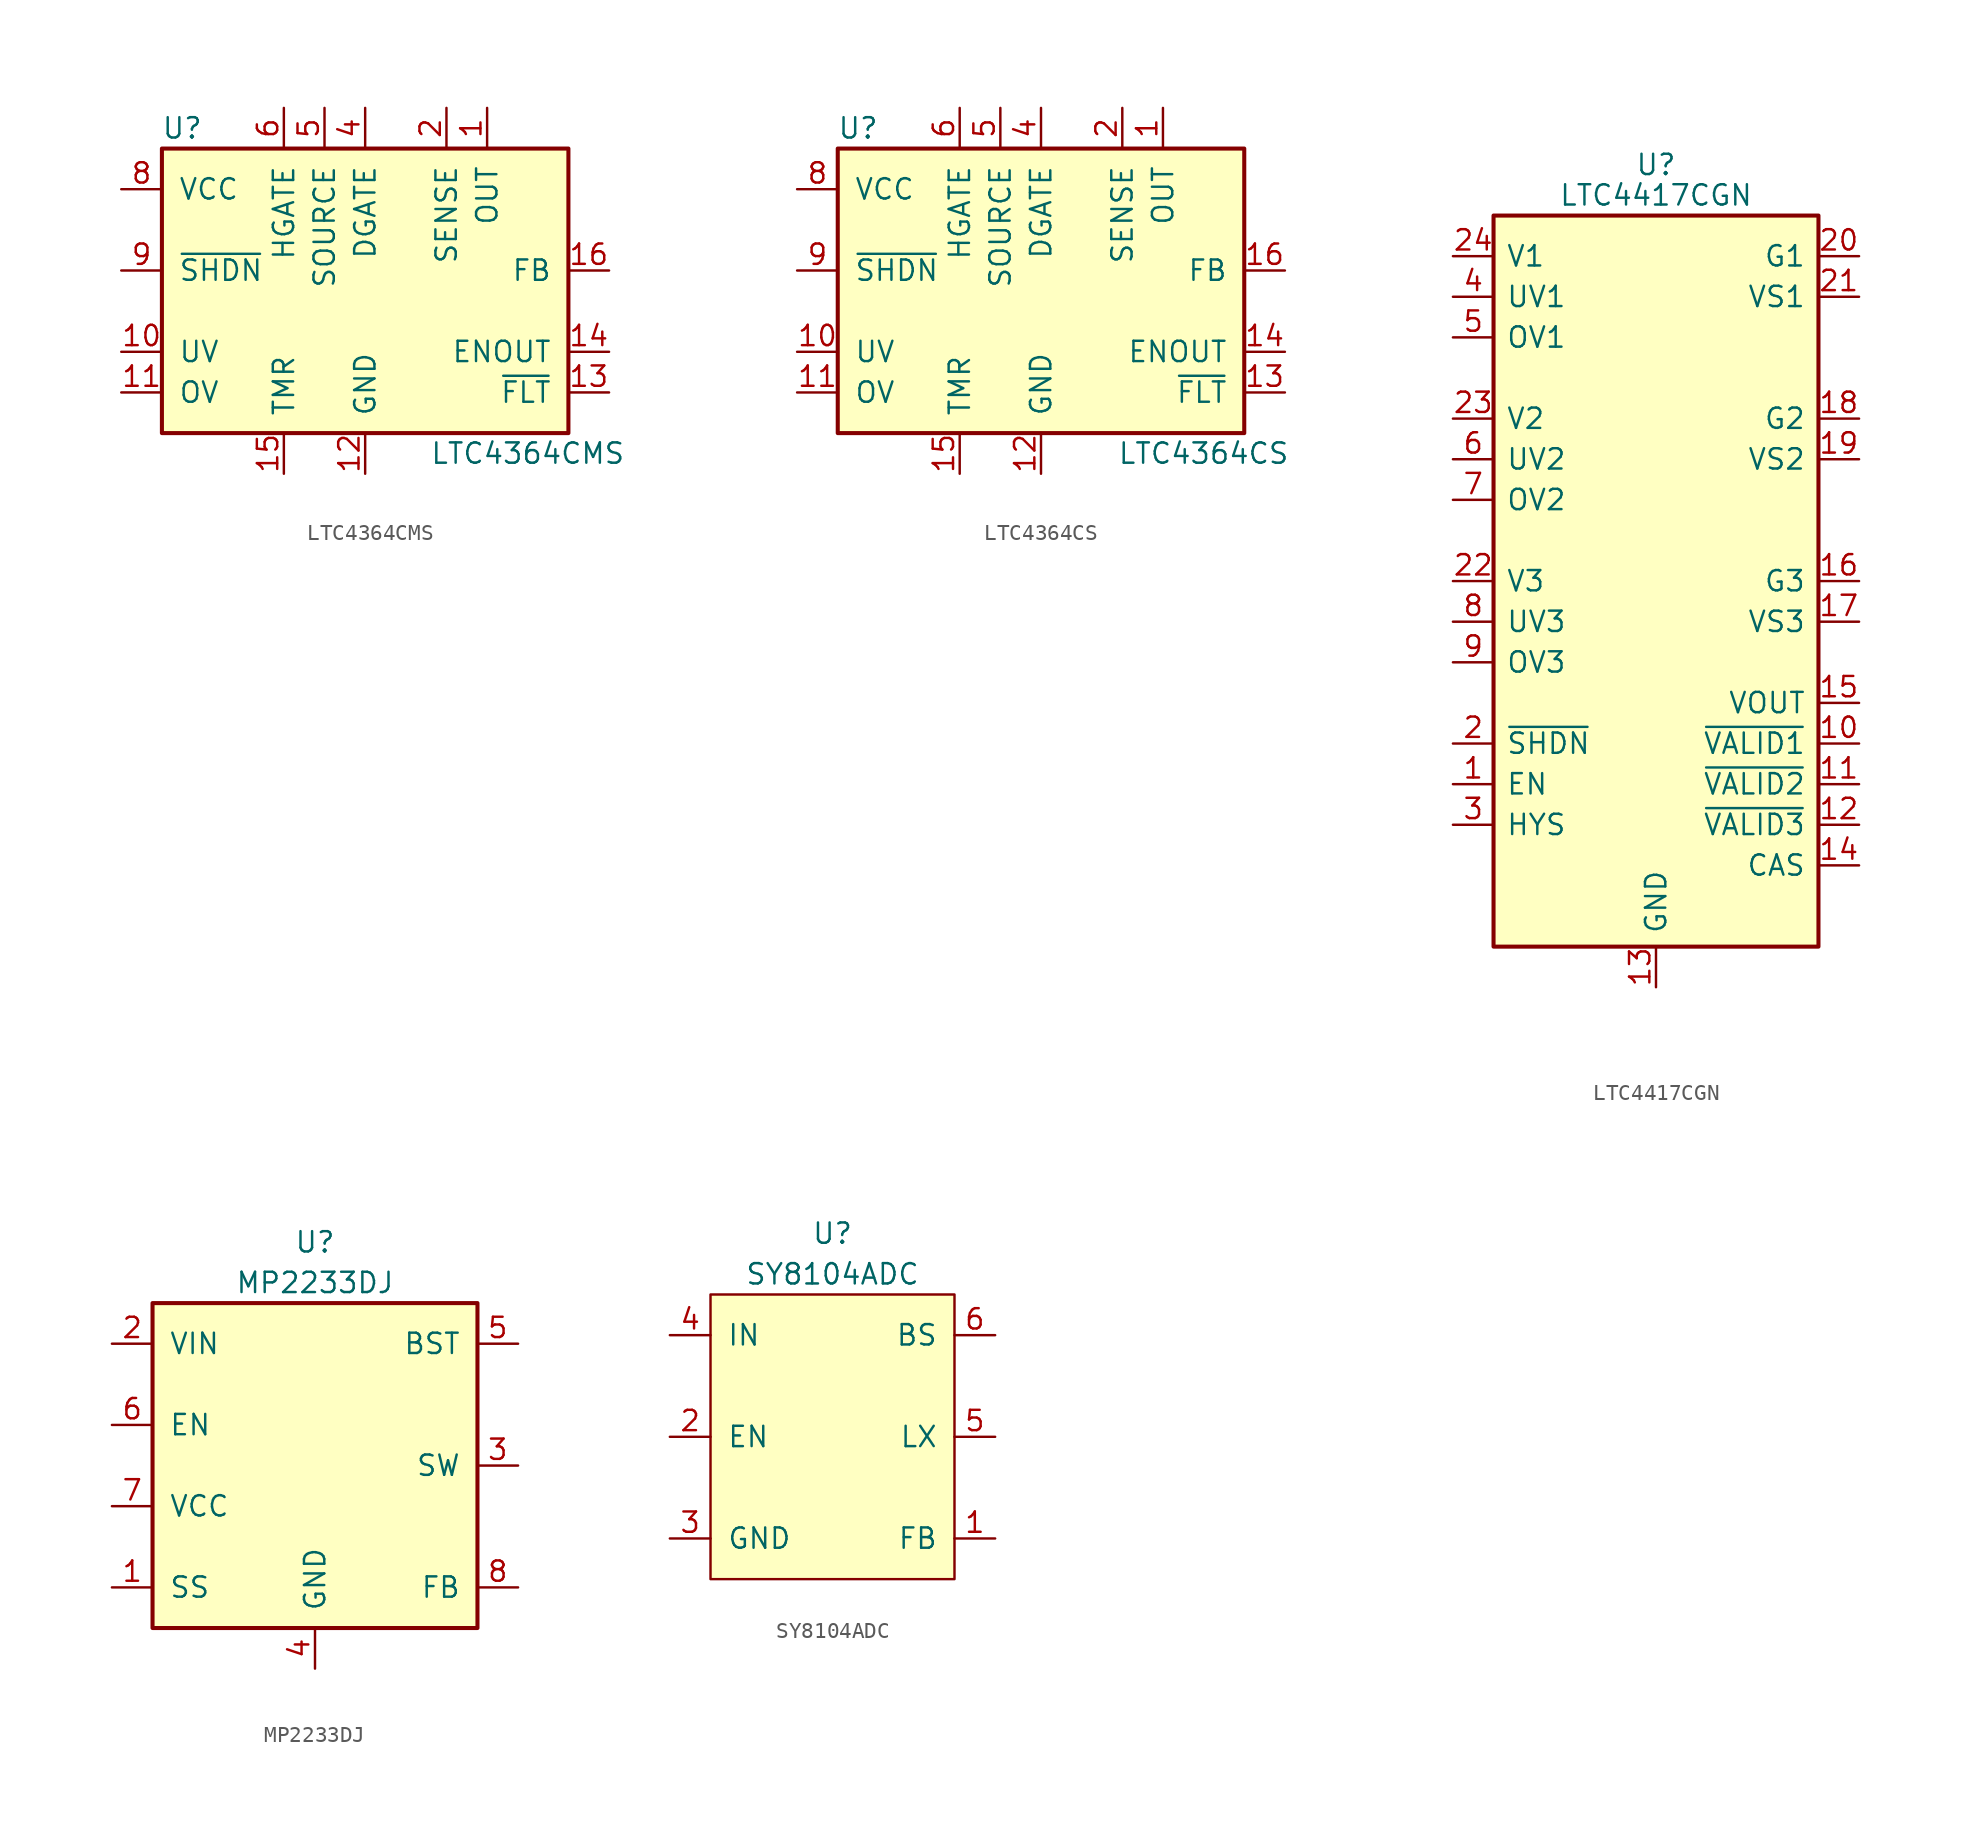
<source format=kicad_sym>
(kicad_symbol_lib
  (version 20201005)
  (generator kicad_symbol_editor)
  (symbol "LTC4364CMS"
    (pin_names
      (offset 1.016))
    (property "Reference" "U"
      (at -11.43 8.89 0)
      (effects (font (size 1.27 1.27))))
    (property "Value" "LTC4364CMS"
      (at 10.16 -11.43 0)
      (effects (font (size 1.27 1.27))))
    (symbol "LTC4364CMS_0_1"
      (rectangle (start -12.7 7.62) (end 12.7 -10.16) (stroke (width 0.254)) (fill (type background))))
    (symbol "LTC4364CMS_1_1"
      (pin input line (at 7.62 10.16 270) (length 2.54) (name "OUT" (effects (font (size 1.27 1.27)))) (number "1" (effects (font (size 1.27 1.27)))))
      (pin input line (at -15.24 -5.08 0) (length 2.54) (name "UV" (effects (font (size 1.27 1.27)))) (number "10" (effects (font (size 1.27 1.27)))))
      (pin input line (at -15.24 -7.62 0) (length 2.54) (name "OV" (effects (font (size 1.27 1.27)))) (number "11" (effects (font (size 1.27 1.27)))))
      (pin power_in line (at 0 -12.7 90) (length 2.54) (name "GND" (effects (font (size 1.27 1.27)))) (number "12" (effects (font (size 1.27 1.27)))))
      (pin open_collector line (at 15.24 -7.62 180) (length 2.54) (name "~FLT" (effects (font (size 1.27 1.27)))) (number "13" (effects (font (size 1.27 1.27)))))
      (pin open_collector line (at 15.24 -5.08 180) (length 2.54) (name "ENOUT" (effects (font (size 1.27 1.27)))) (number "14" (effects (font (size 1.27 1.27)))))
      (pin input line (at -5.08 -12.7 90) (length 2.54) (name "TMR" (effects (font (size 1.27 1.27)))) (number "15" (effects (font (size 1.27 1.27)))))
      (pin input line (at 15.24 0 180) (length 2.54) (name "FB" (effects (font (size 1.27 1.27)))) (number "16" (effects (font (size 1.27 1.27)))))
      (pin input line (at 5.08 10.16 270) (length 2.54) (name "SENSE" (effects (font (size 1.27 1.27)))) (number "2" (effects (font (size 1.27 1.27)))))
      (pin no_connect line (at 15.24 2.54 180) (length 2.54) hide (name "NC" (effects (font (size 1.27 1.27)))) (number "3" (effects (font (size 1.27 1.27)))))
      (pin output line (at 0 10.16 270) (length 2.54) (name "DGATE" (effects (font (size 1.27 1.27)))) (number "4" (effects (font (size 1.27 1.27)))))
      (pin input line (at -2.54 10.16 270) (length 2.54) (name "SOURCE" (effects (font (size 1.27 1.27)))) (number "5" (effects (font (size 1.27 1.27)))))
      (pin output line (at -5.08 10.16 270) (length 2.54) (name "HGATE" (effects (font (size 1.27 1.27)))) (number "6" (effects (font (size 1.27 1.27)))))
      (pin no_connect line (at 15.24 5.08 180) (length 2.54) hide (name "NC" (effects (font (size 1.27 1.27)))) (number "7" (effects (font (size 1.27 1.27)))))
      (pin power_in line (at -15.24 5.08 0) (length 2.54) (name "VCC" (effects (font (size 1.27 1.27)))) (number "8" (effects (font (size 1.27 1.27)))))
      (pin input line (at -15.24 0 0) (length 2.54) (name "~SHDN" (effects (font (size 1.27 1.27)))) (number "9" (effects (font (size 1.27 1.27)))))))
  (symbol "LTC4364CS"
    (pin_names
      (offset 1.016))
    (property "Reference" "U"
      (at -11.43 8.89 0)
      (effects (font (size 1.27 1.27))))
    (property "Value" "LTC4364CS"
      (at 10.16 -11.43 0)
      (effects (font (size 1.27 1.27))))
    (symbol "LTC4364CS_0_1"
      (rectangle (start -12.7 7.62) (end 12.7 -10.16) (stroke (width 0.254)) (fill (type background))))
    (symbol "LTC4364CS_1_1"
      (pin input line (at 7.62 10.16 270) (length 2.54) (name "OUT" (effects (font (size 1.27 1.27)))) (number "1" (effects (font (size 1.27 1.27)))))
      (pin input line (at -15.24 -5.08 0) (length 2.54) (name "UV" (effects (font (size 1.27 1.27)))) (number "10" (effects (font (size 1.27 1.27)))))
      (pin input line (at -15.24 -7.62 0) (length 2.54) (name "OV" (effects (font (size 1.27 1.27)))) (number "11" (effects (font (size 1.27 1.27)))))
      (pin power_in line (at 0 -12.7 90) (length 2.54) (name "GND" (effects (font (size 1.27 1.27)))) (number "12" (effects (font (size 1.27 1.27)))))
      (pin open_collector line (at 15.24 -7.62 180) (length 2.54) (name "~FLT" (effects (font (size 1.27 1.27)))) (number "13" (effects (font (size 1.27 1.27)))))
      (pin open_collector line (at 15.24 -5.08 180) (length 2.54) (name "ENOUT" (effects (font (size 1.27 1.27)))) (number "14" (effects (font (size 1.27 1.27)))))
      (pin input line (at -5.08 -12.7 90) (length 2.54) (name "TMR" (effects (font (size 1.27 1.27)))) (number "15" (effects (font (size 1.27 1.27)))))
      (pin input line (at 15.24 0 180) (length 2.54) (name "FB" (effects (font (size 1.27 1.27)))) (number "16" (effects (font (size 1.27 1.27)))))
      (pin input line (at 5.08 10.16 270) (length 2.54) (name "SENSE" (effects (font (size 1.27 1.27)))) (number "2" (effects (font (size 1.27 1.27)))))
      (pin no_connect line (at 15.24 2.54 180) (length 2.54) hide (name "NC" (effects (font (size 1.27 1.27)))) (number "3" (effects (font (size 1.27 1.27)))))
      (pin output line (at 0 10.16 270) (length 2.54) (name "DGATE" (effects (font (size 1.27 1.27)))) (number "4" (effects (font (size 1.27 1.27)))))
      (pin input line (at -2.54 10.16 270) (length 2.54) (name "SOURCE" (effects (font (size 1.27 1.27)))) (number "5" (effects (font (size 1.27 1.27)))))
      (pin output line (at -5.08 10.16 270) (length 2.54) (name "HGATE" (effects (font (size 1.27 1.27)))) (number "6" (effects (font (size 1.27 1.27)))))
      (pin no_connect line (at 15.24 5.08 180) (length 2.54) hide (name "NC" (effects (font (size 1.27 1.27)))) (number "7" (effects (font (size 1.27 1.27)))))
      (pin power_in line (at -15.24 5.08 0) (length 2.54) (name "VCC" (effects (font (size 1.27 1.27)))) (number "8" (effects (font (size 1.27 1.27)))))
      (pin input line (at -15.24 0 0) (length 2.54) (name "~SHDN" (effects (font (size 1.27 1.27)))) (number "9" (effects (font (size 1.27 1.27)))))))
  (symbol "LTC4417CGN"
    (pin_names
      (offset 0.762))
    (property "Reference" "U"
      (at 0 26.035 0)
      (effects (font (size 1.27 1.27))))
    (property "Value" "LTC4417CGN"
      (at 0 24.13 0)
      (effects (font (size 1.27 1.27))))
    (symbol "LTC4417CGN_0_1"
      (rectangle (start -10.16 22.86) (end 10.16 -22.86) (stroke (width 0.254)) (fill (type background))))
    (symbol "LTC4417CGN_1_1"
      (pin input line (at -12.7 -12.7 0) (length 2.54) (name "EN" (effects (font (size 1.27 1.27)))) (number "1" (effects (font (size 1.27 1.27)))))
      (pin open_collector line (at 12.7 -10.16 180) (length 2.54) (name "~VALID1" (effects (font (size 1.27 1.27)))) (number "10" (effects (font (size 1.27 1.27)))))
      (pin open_collector line (at 12.7 -12.7 180) (length 2.54) (name "~VALID2" (effects (font (size 1.27 1.27)))) (number "11" (effects (font (size 1.27 1.27)))))
      (pin open_collector line (at 12.7 -15.24 180) (length 2.54) (name "~VALID3" (effects (font (size 1.27 1.27)))) (number "12" (effects (font (size 1.27 1.27)))))
      (pin power_in line (at 0 -25.4 90) (length 2.54) (name "GND" (effects (font (size 1.27 1.27)))) (number "13" (effects (font (size 1.27 1.27)))))
      (pin output line (at 12.7 -17.78 180) (length 2.54) (name "CAS" (effects (font (size 1.27 1.27)))) (number "14" (effects (font (size 1.27 1.27)))))
      (pin output line (at 12.7 -7.62 180) (length 2.54) (name "VOUT" (effects (font (size 1.27 1.27)))) (number "15" (effects (font (size 1.27 1.27)))))
      (pin output line (at 12.7 0 180) (length 2.54) (name "G3" (effects (font (size 1.27 1.27)))) (number "16" (effects (font (size 1.27 1.27)))))
      (pin output line (at 12.7 -2.54 180) (length 2.54) (name "VS3" (effects (font (size 1.27 1.27)))) (number "17" (effects (font (size 1.27 1.27)))))
      (pin output line (at 12.7 10.16 180) (length 2.54) (name "G2" (effects (font (size 1.27 1.27)))) (number "18" (effects (font (size 1.27 1.27)))))
      (pin output line (at 12.7 7.62 180) (length 2.54) (name "VS2" (effects (font (size 1.27 1.27)))) (number "19" (effects (font (size 1.27 1.27)))))
      (pin input line (at -12.7 -10.16 0) (length 2.54) (name "~SHDN" (effects (font (size 1.27 1.27)))) (number "2" (effects (font (size 1.27 1.27)))))
      (pin output line (at 12.7 20.32 180) (length 2.54) (name "G1" (effects (font (size 1.27 1.27)))) (number "20" (effects (font (size 1.27 1.27)))))
      (pin output line (at 12.7 17.78 180) (length 2.54) (name "VS1" (effects (font (size 1.27 1.27)))) (number "21" (effects (font (size 1.27 1.27)))))
      (pin input line (at -12.7 0 0) (length 2.54) (name "V3" (effects (font (size 1.27 1.27)))) (number "22" (effects (font (size 1.27 1.27)))))
      (pin input line (at -12.7 10.16 0) (length 2.54) (name "V2" (effects (font (size 1.27 1.27)))) (number "23" (effects (font (size 1.27 1.27)))))
      (pin input line (at -12.7 20.32 0) (length 2.54) (name "V1" (effects (font (size 1.27 1.27)))) (number "24" (effects (font (size 1.27 1.27)))))
      (pin input line (at -12.7 -15.24 0) (length 2.54) (name "HYS" (effects (font (size 1.27 1.27)))) (number "3" (effects (font (size 1.27 1.27)))))
      (pin input line (at -12.7 17.78 0) (length 2.54) (name "UV1" (effects (font (size 1.27 1.27)))) (number "4" (effects (font (size 1.27 1.27)))))
      (pin input line (at -12.7 15.24 0) (length 2.54) (name "OV1" (effects (font (size 1.27 1.27)))) (number "5" (effects (font (size 1.27 1.27)))))
      (pin input line (at -12.7 7.62 0) (length 2.54) (name "UV2" (effects (font (size 1.27 1.27)))) (number "6" (effects (font (size 1.27 1.27)))))
      (pin input line (at -12.7 5.08 0) (length 2.54) (name "OV2" (effects (font (size 1.27 1.27)))) (number "7" (effects (font (size 1.27 1.27)))))
      (pin input line (at -12.7 -2.54 0) (length 2.54) (name "UV3" (effects (font (size 1.27 1.27)))) (number "8" (effects (font (size 1.27 1.27)))))
      (pin input line (at -12.7 -5.08 0) (length 2.54) (name "OV3" (effects (font (size 1.27 1.27)))) (number "9" (effects (font (size 1.27 1.27)))))))
  (symbol "MP2233DJ"
    (pin_names
      (offset 1.016))
    (property "Reference" "U"
      (at 0 13.97 0)
      (effects (font (size 1.27 1.27))))
    (property "Value" "MP2233DJ"
      (at 0 11.43 0)
      (effects (font (size 1.27 1.27))))
    (symbol "MP2233DJ_1_1"
      (rectangle (start -10.16 10.16) (end 10.16 -10.16) (stroke (width 0.254)) (fill (type background)))
      (pin input line (at -12.7 -7.62 0) (length 2.54) (name "SS" (effects (font (size 1.27 1.27)))) (number "1" (effects (font (size 1.27 1.27)))))
      (pin input line (at -12.7 7.62 0) (length 2.54) (name "VIN" (effects (font (size 1.27 1.27)))) (number "2" (effects (font (size 1.27 1.27)))))
      (pin input line (at 12.7 0 180) (length 2.54) (name "SW" (effects (font (size 1.27 1.27)))) (number "3" (effects (font (size 1.27 1.27)))))
      (pin input line (at 0 -12.7 90) (length 2.54) (name "GND" (effects (font (size 1.27 1.27)))) (number "4" (effects (font (size 1.27 1.27)))))
      (pin input line (at 12.7 7.62 180) (length 2.54) (name "BST" (effects (font (size 1.27 1.27)))) (number "5" (effects (font (size 1.27 1.27)))))
      (pin input line (at -12.7 2.54 0) (length 2.54) (name "EN" (effects (font (size 1.27 1.27)))) (number "6" (effects (font (size 1.27 1.27)))))
      (pin input line (at -12.7 -2.54 0) (length 2.54) (name "VCC" (effects (font (size 1.27 1.27)))) (number "7" (effects (font (size 1.27 1.27)))))
      (pin input line (at 12.7 -7.62 180) (length 2.54) (name "FB" (effects (font (size 1.27 1.27)))) (number "8" (effects (font (size 1.27 1.27)))))))
  (symbol "SY8104ADC"
    (pin_names
      (offset 1.016))
    (property "Reference" "U"
      (at 0 12.7 0)
      (effects (font (size 1.27 1.27))))
    (property "Value" "SY8104ADC"
      (at 0 10.16 0)
      (effects (font (size 1.27 1.27))))
    (symbol "SY8104ADC_1_1"
      (rectangle (start -7.62 8.89) (end 7.62 -8.89) (stroke (width 0)) (fill (type background)))
      (pin input line (at 10.16 -6.35 180) (length 2.54) (name "FB" (effects (font (size 1.27 1.27)))) (number "1" (effects (font (size 1.27 1.27)))))
      (pin input line (at -10.16 0 0) (length 2.54) (name "EN" (effects (font (size 1.27 1.27)))) (number "2" (effects (font (size 1.27 1.27)))))
      (pin input line (at -10.16 -6.35 0) (length 2.54) (name "GND" (effects (font (size 1.27 1.27)))) (number "3" (effects (font (size 1.27 1.27)))))
      (pin input line (at -10.16 6.35 0) (length 2.54) (name "IN" (effects (font (size 1.27 1.27)))) (number "4" (effects (font (size 1.27 1.27)))))
      (pin input line (at 10.16 0 180) (length 2.54) (name "LX" (effects (font (size 1.27 1.27)))) (number "5" (effects (font (size 1.27 1.27)))))
      (pin input line (at 10.16 6.35 180) (length 2.54) (name "BS" (effects (font (size 1.27 1.27)))) (number "6" (effects (font (size 1.27 1.27))))))))
</source>
